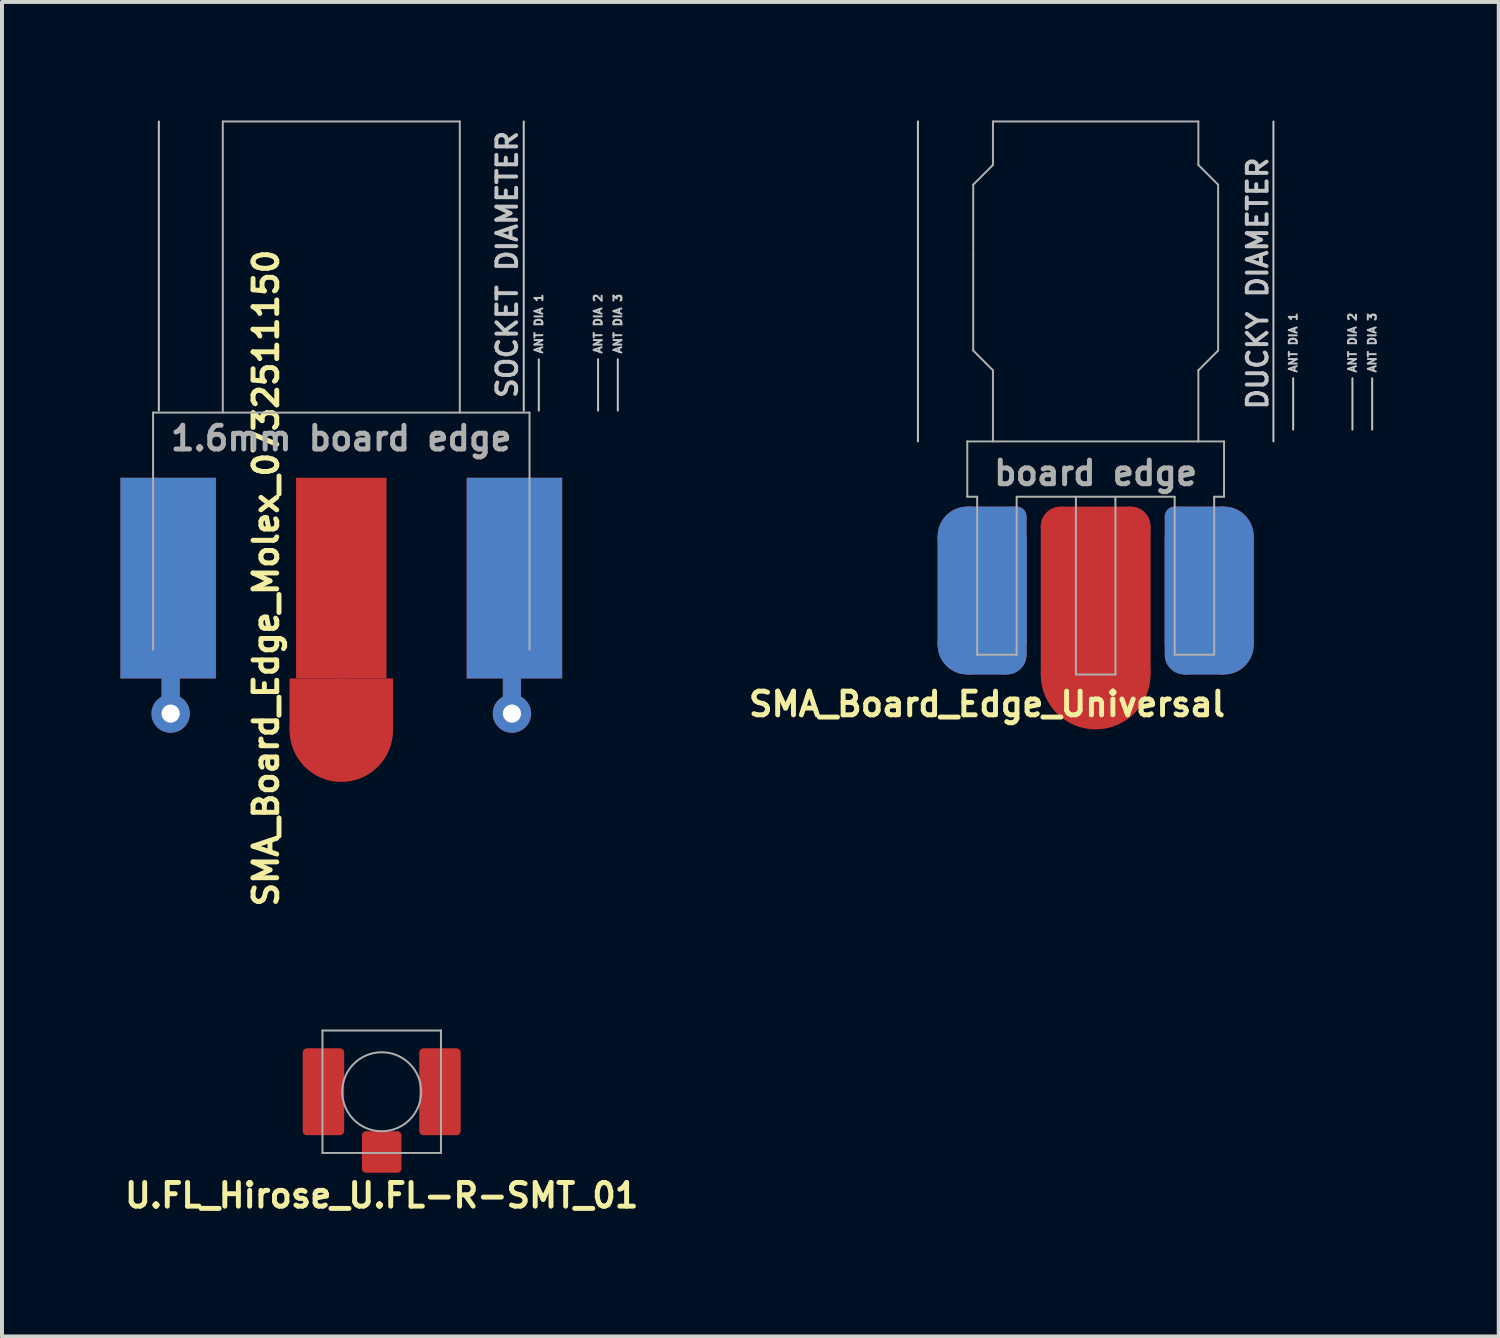
<source format=kicad_pcb>
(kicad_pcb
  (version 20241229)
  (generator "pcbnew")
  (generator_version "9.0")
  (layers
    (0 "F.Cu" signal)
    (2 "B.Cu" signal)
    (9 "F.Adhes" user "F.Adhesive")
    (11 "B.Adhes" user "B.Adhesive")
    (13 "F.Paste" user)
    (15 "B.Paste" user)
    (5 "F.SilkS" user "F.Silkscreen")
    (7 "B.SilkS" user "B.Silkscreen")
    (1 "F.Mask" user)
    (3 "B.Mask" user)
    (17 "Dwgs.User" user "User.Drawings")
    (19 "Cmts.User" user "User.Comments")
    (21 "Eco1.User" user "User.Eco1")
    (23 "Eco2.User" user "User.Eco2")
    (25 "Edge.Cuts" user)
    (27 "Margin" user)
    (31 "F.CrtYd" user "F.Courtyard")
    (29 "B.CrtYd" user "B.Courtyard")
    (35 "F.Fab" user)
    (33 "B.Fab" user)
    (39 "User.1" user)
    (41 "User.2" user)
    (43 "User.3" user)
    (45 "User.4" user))
  (footprint "SMA_Board_Edge_Universal"
    (layer "F.Cu")
    (at 24.687 9.525)
    (property "Reference" "SMA_Board_Edge_Universal" (at -2.75 5.25 0) (layer "F.SilkS") (effects (font (size 0.6 0.6) (thickness 0.125))))
    (attr through_hole)
    (fp_line (start -4.5 -1.4) (end -4.5 -9.5) (stroke (width 0.05) (type solid)) (layer "Dwgs.User"))
    (fp_line (start 4.5 -1.4) (end 4.5 -9.5) (stroke (width 0.05) (type solid)) (layer "Dwgs.User"))
    (fp_line (start 5 -1.7) (end 5 -3) (stroke (width 0.05) (type solid)) (layer "Dwgs.User"))
    (fp_line (start 6.5 -1.7) (end 6.5 -3) (stroke (width 0.05) (type solid)) (layer "Dwgs.User"))
    (fp_line (start 7 -1.7) (end 7 -3) (stroke (width 0.05) (type solid)) (layer "Dwgs.User"))
    (fp_line (start -3.25 -1.4) (end 3.25 -1.4) (stroke (width 0.05) (type solid)) (layer "F.Fab"))
    (fp_line (start -3.25 0) (end -3.25 -1.4) (stroke (width 0.05) (type solid)) (layer "F.Fab"))
    (fp_line (start -3.25 0) (end -3 0) (stroke (width 0.05) (type solid)) (layer "F.Fab"))
    (fp_line (start -3.1 -6.1) (end -3.1 -7.9) (stroke (width 0.05) (type solid)) (layer "F.Fab"))
    (fp_line (start -3.1 -3.7) (end -3.1 -6.1) (stroke (width 0.05) (type solid)) (layer "F.Fab"))
    (fp_line (start -3 0) (end -3 4) (stroke (width 0.05) (type solid)) (layer "F.Fab"))
    (fp_line (start -3 4) (end -2 4) (stroke (width 0.05) (type solid)) (layer "F.Fab"))
    (fp_line (start -2.6 -9.5) (end 2.6 -9.5) (stroke (width 0.05) (type solid)) (layer "F.Fab"))
    (fp_line (start -2.6 -8.4) (end -3.1 -7.9) (stroke (width 0.05) (type solid)) (layer "F.Fab"))
    (fp_line (start -2.6 -8.4) (end -2.6 -9.5) (stroke (width 0.05) (type solid)) (layer "F.Fab"))
    (fp_line (start -2.6 -3.2) (end -3.1 -3.7) (stroke (width 0.05) (type solid)) (layer "F.Fab"))
    (fp_line (start -2.6 -1.4) (end -2.6 -3.2) (stroke (width 0.05) (type solid)) (layer "F.Fab"))
    (fp_line (start -2 4) (end -2 0) (stroke (width 0.05) (type solid)) (layer "F.Fab"))
    (fp_line (start -0.5 0) (end -0.5 4.5) (stroke (width 0.05) (type solid)) (layer "F.Fab"))
    (fp_line (start -0.5 4.5) (end 0.5 4.5) (stroke (width 0.05) (type solid)) (layer "F.Fab"))
    (fp_line (start 0.5 4.5) (end 0.5 0) (stroke (width 0.05) (type solid)) (layer "F.Fab"))
    (fp_line (start 2 0) (end -2 0) (stroke (width 0.05) (type solid)) (layer "F.Fab"))
    (fp_line (start 2 4) (end 2 0) (stroke (width 0.05) (type solid)) (layer "F.Fab"))
    (fp_line (start 2.6 -9.5) (end 2.6 -8.4) (stroke (width 0.05) (type solid)) (layer "F.Fab"))
    (fp_line (start 2.6 -8.4) (end 3.1 -7.9) (stroke (width 0.05) (type solid)) (layer "F.Fab"))
    (fp_line (start 2.6 -3.2) (end 2.6 -1.4) (stroke (width 0.05) (type solid)) (layer "F.Fab"))
    (fp_line (start 3 0) (end 3 4) (stroke (width 0.05) (type solid)) (layer "F.Fab"))
    (fp_line (start 3 0) (end 3.25 0) (stroke (width 0.05) (type solid)) (layer "F.Fab"))
    (fp_line (start 3 4) (end 2 4) (stroke (width 0.05) (type solid)) (layer "F.Fab"))
    (fp_line (start 3.1 -7.9) (end 3.1 -3.7) (stroke (width 0.05) (type solid)) (layer "F.Fab"))
    (fp_line (start 3.1 -3.7) (end 2.6 -3.2) (stroke (width 0.05) (type solid)) (layer "F.Fab"))
    (fp_line (start 3.25 0) (end 3.25 -1.4) (stroke (width 0.05) (type solid)) (layer "F.Fab"))
    (fp_text user "DUCKY DIAMETER" (at 4.1 -5.4 90) (layer "Dwgs.User") (effects (font (size 0.5 0.5) (thickness 0.1))))
    (fp_text user "ANT DIA 2" (at 6.5 -3.9 90) (layer "Dwgs.User") (effects (font (size 0.2 0.2) (thickness 0.05))))
    (fp_text user "ANT DIA 3" (at 7 -3.9 90) (layer "Dwgs.User") (effects (font (size 0.2 0.2) (thickness 0.05))))
    (fp_text user "ANT DIA 1" (at 5 -3.9 90) (layer "Dwgs.User") (effects (font (size 0.2 0.2) (thickness 0.05))))
    (fp_text user "board edge" (at 0 -0.6 0) (layer "F.Fab") (effects (font (size 0.6 0.6) (thickness 0.125))))
    (pad "1" connect circle (at -0.89 0.75) (size 1 1) (layers "F.Cu" "F.Mask"))
    (pad "1" connect rect (at 0 0.75) (size 1.78 1) (layers "F.Cu" "F.Mask"))
    (pad "1" connect rect (at 0 2.625) (size 2.78 3.75) (layers "F.Cu" "F.Mask"))
    (pad "1" connect circle (at 0 4.5) (size 2.78 2.78) (layers "F.Cu" "F.Mask"))
    (pad "1" connect circle (at 0.89 0.75) (size 1 1) (layers "F.Cu" "F.Mask"))
    (pad "2" connect circle (at -3.25 1) (size 1.5 1.5) (layers "*.Cu" "*.Mask"))
    (pad "2" connect circle (at -3.25 3.75) (size 1.5 1.5) (layers "*.Cu" "*.Mask"))
    (pad "2" connect rect (at -2.875 2.375) (size 2.25 2.75) (layers "*.Cu" "*.Mask"))
    (pad "2" connect rect (at -2.75 4) (size 1 1) (layers "*.Cu" "*.Mask"))
    (pad "2" connect rect (at -2.625 0.75) (size 1.25 1) (layers "*.Cu" "*.Mask"))
    (pad "2" connect rect (at -2.25 2.25) (size 1 3.5) (layers "*.Cu" "*.Mask"))
    (pad "2" connect circle (at -2.25 4) (size 1 1) (layers "*.Cu" "*.Mask"))
    (pad "2" connect circle (at -2 0.5) (size 0.5 0.5) (layers "*.Cu" "*.Mask"))
    (pad "2" connect circle (at 2 0.5) (size 0.5 0.5) (layers "*.Cu" "*.Mask"))
    (pad "2" connect rect (at 2.25 2.25) (size 1 3.5) (layers "*.Cu" "*.Mask"))
    (pad "2" connect circle (at 2.25 4) (size 1 1) (layers "*.Cu" "*.Mask"))
    (pad "2" connect rect (at 2.625 0.75) (size 1.25 1) (layers "*.Cu" "*.Mask"))
    (pad "2" connect rect (at 2.75 4) (size 1 1) (layers "*.Cu" "*.Mask"))
    (pad "2" connect rect (at 2.875 2.375) (size 2.25 2.75) (layers "*.Cu" "*.Mask"))
    (pad "2" connect circle (at 3.25 1) (size 1.5 1.5) (layers "*.Cu" "*.Mask"))
    (pad "2" connect circle (at 3.25 3.75) (size 1.5 1.5) (layers "*.Cu" "*.Mask")))
  (footprint "U.FL_Hirose_U.FL-R-SMT_01"
    (layer "F.Cu")
    (at 6.613 24.588)
    (property "Reference" "U.FL_Hirose_U.FL-R-SMT_01" (at 0 2.625 0) (layer "F.SilkS") (effects (font (size 0.6 0.6) (thickness 0.125))))
    (attr smd)
    (fp_line (start -1.5 -1.55) (end 1.5 -1.55) (stroke (width 0.05) (type solid)) (layer "F.Fab"))
    (fp_line (start -1.5 1.55) (end -1.5 -1.55) (stroke (width 0.05) (type solid)) (layer "F.Fab"))
    (fp_line (start 1.5 -1.55) (end 1.5 1.55) (stroke (width 0.05) (type solid)) (layer "F.Fab"))
    (fp_line (start 1.5 1.55) (end -1.5 1.55) (stroke (width 0.05) (type solid)) (layer "F.Fab"))
    (fp_circle (center 0 0) (end 0 -1) (stroke (width 0.05) (type solid)) (fill no) (layer "F.Fab"))
    (pad "1" smd roundrect (at 0 1.525) (size 1 1.05) (layers "F.Cu" "F.Mask" "F.Paste") (roundrect_rratio 0.1))
    (pad "2" smd roundrect (at -1.475 0) (size 1.05 2.2) (layers "F.Cu" "F.Mask" "F.Paste") (roundrect_rratio 0.1))
    (pad "2" smd roundrect (at 1.475 0) (size 1.05 2.2) (layers "F.Cu" "F.Mask" "F.Paste") (roundrect_rratio 0.1)))
  (footprint "SMA_Board_Edge_Molex_0732511150"
    (layer "F.Cu")
    (at 5.59 9.045)
    (property "Reference" "SMA_Board_Edge_Molex_0732511150" (at -1.905 2.54 270) (layer "F.SilkS") (effects (font (size 0.6 0.6) (thickness 0.125))))
    (attr through_hole)
    (fp_line (start -4.619 -1.7) (end -4.619 -9.02) (stroke (width 0.05) (type solid)) (layer "Dwgs.User"))
    (fp_line (start 4.619 -1.7) (end 4.619 -9.02) (stroke (width 0.05) (type solid)) (layer "Dwgs.User"))
    (fp_line (start 5 -1.7) (end 5 -3) (stroke (width 0.05) (type solid)) (layer "Dwgs.User"))
    (fp_line (start 6.5 -1.7) (end 6.5 -3) (stroke (width 0.05) (type solid)) (layer "Dwgs.User"))
    (fp_line (start 7 -1.7) (end 7 -3) (stroke (width 0.05) (type solid)) (layer "Dwgs.User"))
    (fp_line (start -4.765 -1.65) (end 4.765 -1.65) (stroke (width 0.05) (type solid)) (layer "F.Fab"))
    (fp_line (start -4.765 0) (end -4.765 -1.65) (stroke (width 0.05) (type solid)) (layer "F.Fab"))
    (fp_line (start -4.765 0) (end -4.765 4.35) (stroke (width 0.05) (type solid)) (layer "F.Fab"))
    (fp_line (start -3 -9.02) (end -3 -1.65) (stroke (width 0.05) (type solid)) (layer "F.Fab"))
    (fp_line (start -3 -9.02) (end 3 -9.02) (stroke (width 0.05) (type solid)) (layer "F.Fab"))
    (fp_line (start 3 -9.02) (end 3 -1.65) (stroke (width 0.05) (type solid)) (layer "F.Fab"))
    (fp_line (start 4.765 -1.65) (end 4.765 0) (stroke (width 0.05) (type solid)) (layer "F.Fab"))
    (fp_line (start 4.765 0) (end 4.765 4.35) (stroke (width 0.05) (type solid)) (layer "F.Fab"))
    (fp_text user "ANT DIA 1" (at 5 -3.9 90) (layer "Dwgs.User") (effects (font (size 0.2 0.2) (thickness 0.05))))
    (fp_text user "ANT DIA 3" (at 7 -3.9 90) (layer "Dwgs.User") (effects (font (size 0.2 0.2) (thickness 0.05))))
    (fp_text user "ANT DIA 2" (at 6.5 -3.9 90) (layer "Dwgs.User") (effects (font (size 0.2 0.2) (thickness 0.05))))
    (fp_text user "SOCKET DIAMETER" (at 4.2 -5.4 90) (layer "Dwgs.User") (effects (font (size 0.5 0.5) (thickness 0.1))))
    (fp_text user "1.6mm board edge" (at 0 -1 0) (layer "F.Fab") (effects (font (size 0.6 0.6) (thickness 0.125))))
    (pad "1" connect rect (at 0 2.54) (size 2.29 5.08) (layers "F.Cu" "F.Mask"))
    (pad "1" connect rect (at 0 5.735) (size 2.62 1.31) (layers "F.Cu"))
    (pad "1" connect circle (at 0 6.39) (size 2.62 2.62) (layers "F.Cu"))
    (pad "2" connect rect (at -4.383 2.54) (size 2.415 5.08) (layers "F.Cu" "F.Mask"))
    (pad "2" connect rect (at -4.383 2.54) (size 2.415 5.08) (layers "B.Cu" "B.Mask"))
    (pad "2" connect rect (at -4.32 5.08) (size 0.46 1) (layers "F.Cu"))
    (pad "2" connect rect (at -4.32 5.08) (size 0.46 1) (layers "B.Cu"))
    (pad "2" thru_hole circle (at -4.32 5.97) (size 0.97 0.97) (drill 0.46) (layers "*.Cu"))
    (pad "2" connect rect (at 4.32 5.08) (size 0.46 1) (layers "F.Cu"))
    (pad "2" connect rect (at 4.32 5.08) (size 0.46 1) (layers "B.Cu"))
    (pad "2" thru_hole circle (at 4.32 5.97) (size 0.97 0.97) (drill 0.46) (layers "*.Cu"))
    (pad "2" connect rect (at 4.383 2.54) (size 2.415 5.08) (layers "F.Cu" "F.Mask"))
    (pad "2" connect rect (at 4.383 2.54) (size 2.415 5.08) (layers "B.Cu" "B.Mask")))
  (gr_rect
    (start -3 -3)
    (end 34.891 30.783)
    (stroke (width 0.1) (type default))
    (fill no)
    (layer "Edge.Cuts")))
</source>
